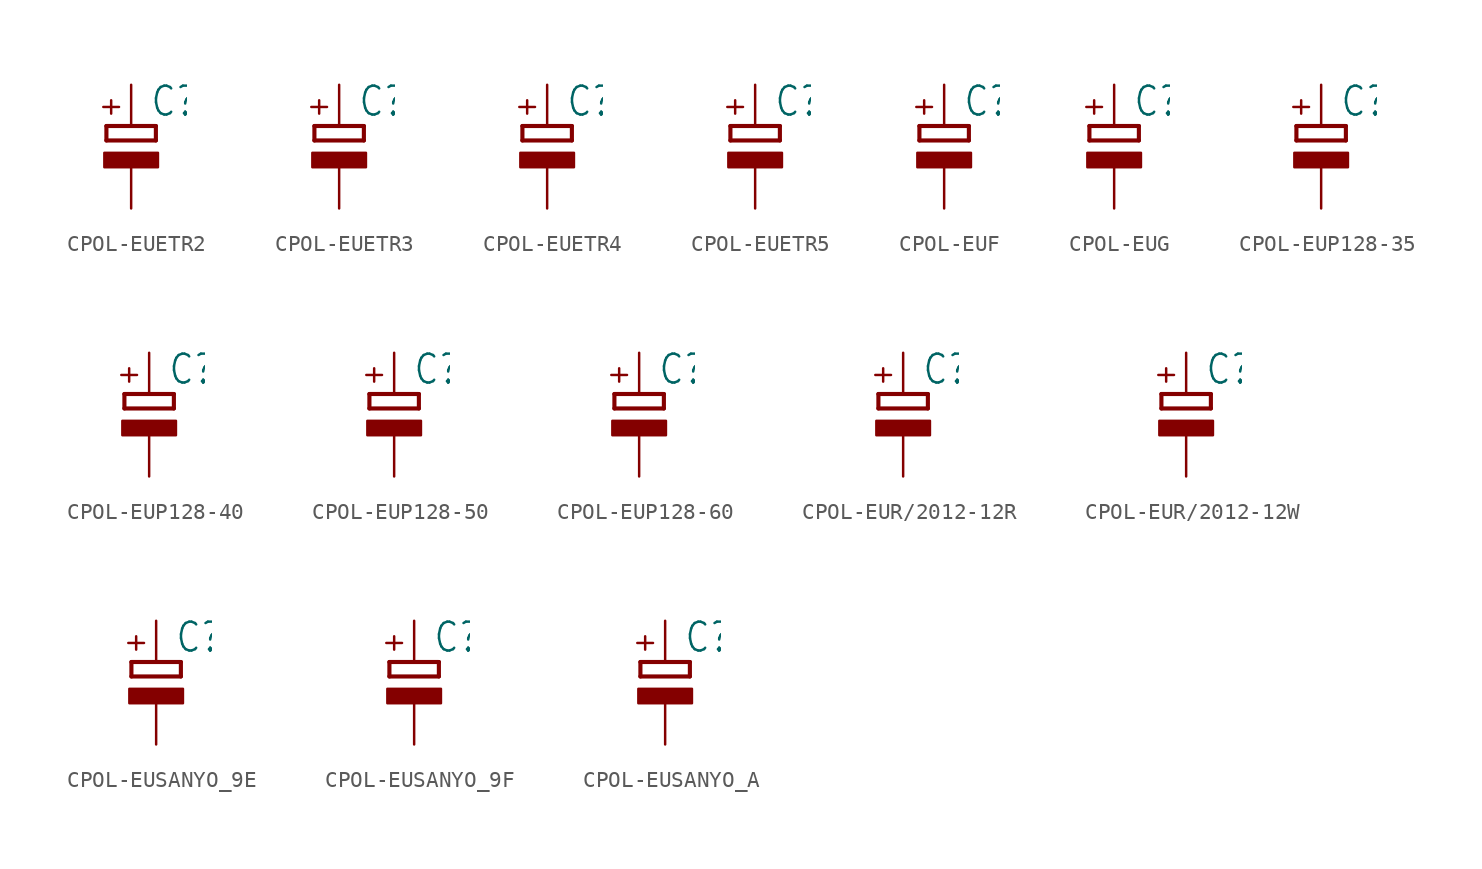
<source format=kicad_sym>
(kicad_symbol_lib
  (version 20231120)
  (generator "kicad_symbol_editor")
  (generator_version "8.0")
  (symbol "CPOL-EUETR2"
    (property "Reference" "C"
      (at 1.143 0.483 0)
      (effects (font (size 1.778 1.511)) (justify left bottom)))
    (property "Value" ""
      (at 1.143 -4.597 0)
      (effects (font (size 1.778 1.511)) (justify left bottom)))
    (property "ki_locked" ""
      (at 0 0 0)
      (effects (font (size 1.27 1.27))))
    (symbol "CPOL-EUETR2_1_0"
      (rectangle (start -1.651 -2.54) (end 1.651 -1.651) (stroke (width 0) (type default)) (fill (type outline)))
      (polyline (pts (xy -1.524 -0.889) (xy 1.524 -0.889)) (stroke (width 0.254) (type solid)) (fill (type none)))
      (polyline (pts (xy -1.524 0) (xy -1.524 -0.889)) (stroke (width 0.254) (type solid)) (fill (type none)))
      (polyline (pts (xy -1.524 0) (xy 1.524 0)) (stroke (width 0.254) (type solid)) (fill (type none)))
      (polyline (pts (xy 1.524 -0.889) (xy 1.524 0)) (stroke (width 0.254) (type solid)) (fill (type none)))
      (text "+" (at -0.584 0.406 900) (effects (font (size 1.27 1.079)) (justify left bottom)))
      (pin passive line (at 0 2.54 270) (length 2.54) (name "+" (effects (font (size 0 0)))) (number "+" (effects (font (size 0 0)))))
      (pin passive line (at 0 -5.08 90) (length 2.54) (name "-" (effects (font (size 0 0)))) (number "-" (effects (font (size 0 0)))))))
  (symbol "CPOL-EUETR3"
    (property "Reference" "C"
      (at 1.143 0.483 0)
      (effects (font (size 1.778 1.511)) (justify left bottom)))
    (property "Value" ""
      (at 1.143 -4.597 0)
      (effects (font (size 1.778 1.511)) (justify left bottom)))
    (property "ki_locked" ""
      (at 0 0 0)
      (effects (font (size 1.27 1.27))))
    (symbol "CPOL-EUETR3_1_0"
      (rectangle (start -1.651 -2.54) (end 1.651 -1.651) (stroke (width 0) (type default)) (fill (type outline)))
      (polyline (pts (xy -1.524 -0.889) (xy 1.524 -0.889)) (stroke (width 0.254) (type solid)) (fill (type none)))
      (polyline (pts (xy -1.524 0) (xy -1.524 -0.889)) (stroke (width 0.254) (type solid)) (fill (type none)))
      (polyline (pts (xy -1.524 0) (xy 1.524 0)) (stroke (width 0.254) (type solid)) (fill (type none)))
      (polyline (pts (xy 1.524 -0.889) (xy 1.524 0)) (stroke (width 0.254) (type solid)) (fill (type none)))
      (text "+" (at -0.584 0.406 900) (effects (font (size 1.27 1.079)) (justify left bottom)))
      (pin passive line (at 0 2.54 270) (length 2.54) (name "+" (effects (font (size 0 0)))) (number "+" (effects (font (size 0 0)))))
      (pin passive line (at 0 -5.08 90) (length 2.54) (name "-" (effects (font (size 0 0)))) (number "-" (effects (font (size 0 0)))))))
  (symbol "CPOL-EUETR4"
    (property "Reference" "C"
      (at 1.143 0.483 0)
      (effects (font (size 1.778 1.511)) (justify left bottom)))
    (property "Value" ""
      (at 1.143 -4.597 0)
      (effects (font (size 1.778 1.511)) (justify left bottom)))
    (property "ki_locked" ""
      (at 0 0 0)
      (effects (font (size 1.27 1.27))))
    (symbol "CPOL-EUETR4_1_0"
      (rectangle (start -1.651 -2.54) (end 1.651 -1.651) (stroke (width 0) (type default)) (fill (type outline)))
      (polyline (pts (xy -1.524 -0.889) (xy 1.524 -0.889)) (stroke (width 0.254) (type solid)) (fill (type none)))
      (polyline (pts (xy -1.524 0) (xy -1.524 -0.889)) (stroke (width 0.254) (type solid)) (fill (type none)))
      (polyline (pts (xy -1.524 0) (xy 1.524 0)) (stroke (width 0.254) (type solid)) (fill (type none)))
      (polyline (pts (xy 1.524 -0.889) (xy 1.524 0)) (stroke (width 0.254) (type solid)) (fill (type none)))
      (text "+" (at -0.584 0.406 900) (effects (font (size 1.27 1.079)) (justify left bottom)))
      (pin passive line (at 0 2.54 270) (length 2.54) (name "+" (effects (font (size 0 0)))) (number "+" (effects (font (size 0 0)))))
      (pin passive line (at 0 -5.08 90) (length 2.54) (name "-" (effects (font (size 0 0)))) (number "-" (effects (font (size 0 0)))))))
  (symbol "CPOL-EUETR5"
    (property "Reference" "C"
      (at 1.143 0.483 0)
      (effects (font (size 1.778 1.511)) (justify left bottom)))
    (property "Value" ""
      (at 1.143 -4.597 0)
      (effects (font (size 1.778 1.511)) (justify left bottom)))
    (property "ki_locked" ""
      (at 0 0 0)
      (effects (font (size 1.27 1.27))))
    (symbol "CPOL-EUETR5_1_0"
      (rectangle (start -1.651 -2.54) (end 1.651 -1.651) (stroke (width 0) (type default)) (fill (type outline)))
      (polyline (pts (xy -1.524 -0.889) (xy 1.524 -0.889)) (stroke (width 0.254) (type solid)) (fill (type none)))
      (polyline (pts (xy -1.524 0) (xy -1.524 -0.889)) (stroke (width 0.254) (type solid)) (fill (type none)))
      (polyline (pts (xy -1.524 0) (xy 1.524 0)) (stroke (width 0.254) (type solid)) (fill (type none)))
      (polyline (pts (xy 1.524 -0.889) (xy 1.524 0)) (stroke (width 0.254) (type solid)) (fill (type none)))
      (text "+" (at -0.584 0.406 900) (effects (font (size 1.27 1.079)) (justify left bottom)))
      (pin passive line (at 0 2.54 270) (length 2.54) (name "+" (effects (font (size 0 0)))) (number "+" (effects (font (size 0 0)))))
      (pin passive line (at 0 -5.08 90) (length 2.54) (name "-" (effects (font (size 0 0)))) (number "-" (effects (font (size 0 0)))))))
  (symbol "CPOL-EUF"
    (property "Reference" "C"
      (at 1.143 0.483 0)
      (effects (font (size 1.778 1.511)) (justify left bottom)))
    (property "Value" ""
      (at 1.143 -4.597 0)
      (effects (font (size 1.778 1.511)) (justify left bottom)))
    (property "ki_locked" ""
      (at 0 0 0)
      (effects (font (size 1.27 1.27))))
    (symbol "CPOL-EUF_1_0"
      (rectangle (start -1.651 -2.54) (end 1.651 -1.651) (stroke (width 0) (type default)) (fill (type outline)))
      (polyline (pts (xy -1.524 -0.889) (xy 1.524 -0.889)) (stroke (width 0.254) (type solid)) (fill (type none)))
      (polyline (pts (xy -1.524 0) (xy -1.524 -0.889)) (stroke (width 0.254) (type solid)) (fill (type none)))
      (polyline (pts (xy -1.524 0) (xy 1.524 0)) (stroke (width 0.254) (type solid)) (fill (type none)))
      (polyline (pts (xy 1.524 -0.889) (xy 1.524 0)) (stroke (width 0.254) (type solid)) (fill (type none)))
      (text "+" (at -0.584 0.406 900) (effects (font (size 1.27 1.079)) (justify left bottom)))
      (pin passive line (at 0 2.54 270) (length 2.54) (name "+" (effects (font (size 0 0)))) (number "+" (effects (font (size 0 0)))))
      (pin passive line (at 0 -5.08 90) (length 2.54) (name "-" (effects (font (size 0 0)))) (number "-" (effects (font (size 0 0)))))))
  (symbol "CPOL-EUG"
    (property "Reference" "C"
      (at 1.143 0.483 0)
      (effects (font (size 1.778 1.511)) (justify left bottom)))
    (property "Value" ""
      (at 1.143 -4.597 0)
      (effects (font (size 1.778 1.511)) (justify left bottom)))
    (property "ki_locked" ""
      (at 0 0 0)
      (effects (font (size 1.27 1.27))))
    (symbol "CPOL-EUG_1_0"
      (rectangle (start -1.651 -2.54) (end 1.651 -1.651) (stroke (width 0) (type default)) (fill (type outline)))
      (polyline (pts (xy -1.524 -0.889) (xy 1.524 -0.889)) (stroke (width 0.254) (type solid)) (fill (type none)))
      (polyline (pts (xy -1.524 0) (xy -1.524 -0.889)) (stroke (width 0.254) (type solid)) (fill (type none)))
      (polyline (pts (xy -1.524 0) (xy 1.524 0)) (stroke (width 0.254) (type solid)) (fill (type none)))
      (polyline (pts (xy 1.524 -0.889) (xy 1.524 0)) (stroke (width 0.254) (type solid)) (fill (type none)))
      (text "+" (at -0.584 0.406 900) (effects (font (size 1.27 1.079)) (justify left bottom)))
      (pin passive line (at 0 2.54 270) (length 2.54) (name "+" (effects (font (size 0 0)))) (number "+" (effects (font (size 0 0)))))
      (pin passive line (at 0 -5.08 90) (length 2.54) (name "-" (effects (font (size 0 0)))) (number "-" (effects (font (size 0 0)))))))
  (symbol "CPOL-EUP128-35"
    (property "Reference" "C"
      (at 1.143 0.483 0)
      (effects (font (size 1.778 1.511)) (justify left bottom)))
    (property "Value" ""
      (at 1.143 -4.597 0)
      (effects (font (size 1.778 1.511)) (justify left bottom)))
    (property "ki_locked" ""
      (at 0 0 0)
      (effects (font (size 1.27 1.27))))
    (symbol "CPOL-EUP128-35_1_0"
      (rectangle (start -1.651 -2.54) (end 1.651 -1.651) (stroke (width 0) (type default)) (fill (type outline)))
      (polyline (pts (xy -1.524 -0.889) (xy 1.524 -0.889)) (stroke (width 0.254) (type solid)) (fill (type none)))
      (polyline (pts (xy -1.524 0) (xy -1.524 -0.889)) (stroke (width 0.254) (type solid)) (fill (type none)))
      (polyline (pts (xy -1.524 0) (xy 1.524 0)) (stroke (width 0.254) (type solid)) (fill (type none)))
      (polyline (pts (xy 1.524 -0.889) (xy 1.524 0)) (stroke (width 0.254) (type solid)) (fill (type none)))
      (text "+" (at -0.584 0.406 900) (effects (font (size 1.27 1.079)) (justify left bottom)))
      (pin passive line (at 0 2.54 270) (length 2.54) (name "+" (effects (font (size 0 0)))) (number "+" (effects (font (size 0 0)))))
      (pin passive line (at 0 -5.08 90) (length 2.54) (name "-" (effects (font (size 0 0)))) (number "-" (effects (font (size 0 0)))))))
  (symbol "CPOL-EUP128-40"
    (property "Reference" "C"
      (at 1.143 0.483 0)
      (effects (font (size 1.778 1.511)) (justify left bottom)))
    (property "Value" ""
      (at 1.143 -4.597 0)
      (effects (font (size 1.778 1.511)) (justify left bottom)))
    (property "ki_locked" ""
      (at 0 0 0)
      (effects (font (size 1.27 1.27))))
    (symbol "CPOL-EUP128-40_1_0"
      (rectangle (start -1.651 -2.54) (end 1.651 -1.651) (stroke (width 0) (type default)) (fill (type outline)))
      (polyline (pts (xy -1.524 -0.889) (xy 1.524 -0.889)) (stroke (width 0.254) (type solid)) (fill (type none)))
      (polyline (pts (xy -1.524 0) (xy -1.524 -0.889)) (stroke (width 0.254) (type solid)) (fill (type none)))
      (polyline (pts (xy -1.524 0) (xy 1.524 0)) (stroke (width 0.254) (type solid)) (fill (type none)))
      (polyline (pts (xy 1.524 -0.889) (xy 1.524 0)) (stroke (width 0.254) (type solid)) (fill (type none)))
      (text "+" (at -0.584 0.406 900) (effects (font (size 1.27 1.079)) (justify left bottom)))
      (pin passive line (at 0 2.54 270) (length 2.54) (name "+" (effects (font (size 0 0)))) (number "+" (effects (font (size 0 0)))))
      (pin passive line (at 0 -5.08 90) (length 2.54) (name "-" (effects (font (size 0 0)))) (number "-" (effects (font (size 0 0)))))))
  (symbol "CPOL-EUP128-50"
    (property "Reference" "C"
      (at 1.143 0.483 0)
      (effects (font (size 1.778 1.511)) (justify left bottom)))
    (property "Value" ""
      (at 1.143 -4.597 0)
      (effects (font (size 1.778 1.511)) (justify left bottom)))
    (property "ki_locked" ""
      (at 0 0 0)
      (effects (font (size 1.27 1.27))))
    (symbol "CPOL-EUP128-50_1_0"
      (rectangle (start -1.651 -2.54) (end 1.651 -1.651) (stroke (width 0) (type default)) (fill (type outline)))
      (polyline (pts (xy -1.524 -0.889) (xy 1.524 -0.889)) (stroke (width 0.254) (type solid)) (fill (type none)))
      (polyline (pts (xy -1.524 0) (xy -1.524 -0.889)) (stroke (width 0.254) (type solid)) (fill (type none)))
      (polyline (pts (xy -1.524 0) (xy 1.524 0)) (stroke (width 0.254) (type solid)) (fill (type none)))
      (polyline (pts (xy 1.524 -0.889) (xy 1.524 0)) (stroke (width 0.254) (type solid)) (fill (type none)))
      (text "+" (at -0.584 0.406 900) (effects (font (size 1.27 1.079)) (justify left bottom)))
      (pin passive line (at 0 2.54 270) (length 2.54) (name "+" (effects (font (size 0 0)))) (number "+" (effects (font (size 0 0)))))
      (pin passive line (at 0 -5.08 90) (length 2.54) (name "-" (effects (font (size 0 0)))) (number "-" (effects (font (size 0 0)))))))
  (symbol "CPOL-EUP128-60"
    (property "Reference" "C"
      (at 1.143 0.483 0)
      (effects (font (size 1.778 1.511)) (justify left bottom)))
    (property "Value" ""
      (at 1.143 -4.597 0)
      (effects (font (size 1.778 1.511)) (justify left bottom)))
    (property "ki_locked" ""
      (at 0 0 0)
      (effects (font (size 1.27 1.27))))
    (symbol "CPOL-EUP128-60_1_0"
      (rectangle (start -1.651 -2.54) (end 1.651 -1.651) (stroke (width 0) (type default)) (fill (type outline)))
      (polyline (pts (xy -1.524 -0.889) (xy 1.524 -0.889)) (stroke (width 0.254) (type solid)) (fill (type none)))
      (polyline (pts (xy -1.524 0) (xy -1.524 -0.889)) (stroke (width 0.254) (type solid)) (fill (type none)))
      (polyline (pts (xy -1.524 0) (xy 1.524 0)) (stroke (width 0.254) (type solid)) (fill (type none)))
      (polyline (pts (xy 1.524 -0.889) (xy 1.524 0)) (stroke (width 0.254) (type solid)) (fill (type none)))
      (text "+" (at -0.584 0.406 900) (effects (font (size 1.27 1.079)) (justify left bottom)))
      (pin passive line (at 0 2.54 270) (length 2.54) (name "+" (effects (font (size 0 0)))) (number "+" (effects (font (size 0 0)))))
      (pin passive line (at 0 -5.08 90) (length 2.54) (name "-" (effects (font (size 0 0)))) (number "-" (effects (font (size 0 0)))))))
  (symbol "CPOL-EUR/2012-12R"
    (property "Reference" "C"
      (at 1.143 0.483 0)
      (effects (font (size 1.778 1.511)) (justify left bottom)))
    (property "Value" ""
      (at 1.143 -4.597 0)
      (effects (font (size 1.778 1.511)) (justify left bottom)))
    (property "ki_locked" ""
      (at 0 0 0)
      (effects (font (size 1.27 1.27))))
    (symbol "CPOL-EUR/2012-12R_1_0"
      (rectangle (start -1.651 -2.54) (end 1.651 -1.651) (stroke (width 0) (type default)) (fill (type outline)))
      (polyline (pts (xy -1.524 -0.889) (xy 1.524 -0.889)) (stroke (width 0.254) (type solid)) (fill (type none)))
      (polyline (pts (xy -1.524 0) (xy -1.524 -0.889)) (stroke (width 0.254) (type solid)) (fill (type none)))
      (polyline (pts (xy -1.524 0) (xy 1.524 0)) (stroke (width 0.254) (type solid)) (fill (type none)))
      (polyline (pts (xy 1.524 -0.889) (xy 1.524 0)) (stroke (width 0.254) (type solid)) (fill (type none)))
      (text "+" (at -0.584 0.406 900) (effects (font (size 1.27 1.079)) (justify left bottom)))
      (pin passive line (at 0 2.54 270) (length 2.54) (name "+" (effects (font (size 0 0)))) (number "+" (effects (font (size 0 0)))))
      (pin passive line (at 0 -5.08 90) (length 2.54) (name "-" (effects (font (size 0 0)))) (number "-" (effects (font (size 0 0)))))))
  (symbol "CPOL-EUR/2012-12W"
    (property "Reference" "C"
      (at 1.143 0.483 0)
      (effects (font (size 1.778 1.511)) (justify left bottom)))
    (property "Value" ""
      (at 1.143 -4.597 0)
      (effects (font (size 1.778 1.511)) (justify left bottom)))
    (property "ki_locked" ""
      (at 0 0 0)
      (effects (font (size 1.27 1.27))))
    (symbol "CPOL-EUR/2012-12W_1_0"
      (rectangle (start -1.651 -2.54) (end 1.651 -1.651) (stroke (width 0) (type default)) (fill (type outline)))
      (polyline (pts (xy -1.524 -0.889) (xy 1.524 -0.889)) (stroke (width 0.254) (type solid)) (fill (type none)))
      (polyline (pts (xy -1.524 0) (xy -1.524 -0.889)) (stroke (width 0.254) (type solid)) (fill (type none)))
      (polyline (pts (xy -1.524 0) (xy 1.524 0)) (stroke (width 0.254) (type solid)) (fill (type none)))
      (polyline (pts (xy 1.524 -0.889) (xy 1.524 0)) (stroke (width 0.254) (type solid)) (fill (type none)))
      (text "+" (at -0.584 0.406 900) (effects (font (size 1.27 1.079)) (justify left bottom)))
      (pin passive line (at 0 2.54 270) (length 2.54) (name "+" (effects (font (size 0 0)))) (number "+" (effects (font (size 0 0)))))
      (pin passive line (at 0 -5.08 90) (length 2.54) (name "-" (effects (font (size 0 0)))) (number "-" (effects (font (size 0 0)))))))
  (symbol "CPOL-EUSANYO_9E"
    (property "Reference" "C"
      (at 1.143 0.483 0)
      (effects (font (size 1.778 1.511)) (justify left bottom)))
    (property "Value" ""
      (at 1.143 -4.597 0)
      (effects (font (size 1.778 1.511)) (justify left bottom)))
    (property "ki_locked" ""
      (at 0 0 0)
      (effects (font (size 1.27 1.27))))
    (symbol "CPOL-EUSANYO_9E_1_0"
      (rectangle (start -1.651 -2.54) (end 1.651 -1.651) (stroke (width 0) (type default)) (fill (type outline)))
      (polyline (pts (xy -1.524 -0.889) (xy 1.524 -0.889)) (stroke (width 0.254) (type solid)) (fill (type none)))
      (polyline (pts (xy -1.524 0) (xy -1.524 -0.889)) (stroke (width 0.254) (type solid)) (fill (type none)))
      (polyline (pts (xy -1.524 0) (xy 1.524 0)) (stroke (width 0.254) (type solid)) (fill (type none)))
      (polyline (pts (xy 1.524 -0.889) (xy 1.524 0)) (stroke (width 0.254) (type solid)) (fill (type none)))
      (text "+" (at -0.584 0.406 900) (effects (font (size 1.27 1.079)) (justify left bottom)))
      (pin passive line (at 0 2.54 270) (length 2.54) (name "+" (effects (font (size 0 0)))) (number "+" (effects (font (size 0 0)))))
      (pin passive line (at 0 -5.08 90) (length 2.54) (name "-" (effects (font (size 0 0)))) (number "-" (effects (font (size 0 0)))))))
  (symbol "CPOL-EUSANYO_9F"
    (property "Reference" "C"
      (at 1.143 0.483 0)
      (effects (font (size 1.778 1.511)) (justify left bottom)))
    (property "Value" ""
      (at 1.143 -4.597 0)
      (effects (font (size 1.778 1.511)) (justify left bottom)))
    (property "ki_locked" ""
      (at 0 0 0)
      (effects (font (size 1.27 1.27))))
    (symbol "CPOL-EUSANYO_9F_1_0"
      (rectangle (start -1.651 -2.54) (end 1.651 -1.651) (stroke (width 0) (type default)) (fill (type outline)))
      (polyline (pts (xy -1.524 -0.889) (xy 1.524 -0.889)) (stroke (width 0.254) (type solid)) (fill (type none)))
      (polyline (pts (xy -1.524 0) (xy -1.524 -0.889)) (stroke (width 0.254) (type solid)) (fill (type none)))
      (polyline (pts (xy -1.524 0) (xy 1.524 0)) (stroke (width 0.254) (type solid)) (fill (type none)))
      (polyline (pts (xy 1.524 -0.889) (xy 1.524 0)) (stroke (width 0.254) (type solid)) (fill (type none)))
      (text "+" (at -0.584 0.406 900) (effects (font (size 1.27 1.079)) (justify left bottom)))
      (pin passive line (at 0 2.54 270) (length 2.54) (name "+" (effects (font (size 0 0)))) (number "+" (effects (font (size 0 0)))))
      (pin passive line (at 0 -5.08 90) (length 2.54) (name "-" (effects (font (size 0 0)))) (number "-" (effects (font (size 0 0)))))))
  (symbol "CPOL-EUSANYO_A"
    (property "Reference" "C"
      (at 1.143 0.483 0)
      (effects (font (size 1.778 1.511)) (justify left bottom)))
    (property "Value" ""
      (at 1.143 -4.597 0)
      (effects (font (size 1.778 1.511)) (justify left bottom)))
    (property "ki_locked" ""
      (at 0 0 0)
      (effects (font (size 1.27 1.27))))
    (symbol "CPOL-EUSANYO_A_1_0"
      (rectangle (start -1.651 -2.54) (end 1.651 -1.651) (stroke (width 0) (type default)) (fill (type outline)))
      (polyline (pts (xy -1.524 -0.889) (xy 1.524 -0.889)) (stroke (width 0.254) (type solid)) (fill (type none)))
      (polyline (pts (xy -1.524 0) (xy -1.524 -0.889)) (stroke (width 0.254) (type solid)) (fill (type none)))
      (polyline (pts (xy -1.524 0) (xy 1.524 0)) (stroke (width 0.254) (type solid)) (fill (type none)))
      (polyline (pts (xy 1.524 -0.889) (xy 1.524 0)) (stroke (width 0.254) (type solid)) (fill (type none)))
      (text "+" (at -0.584 0.406 900) (effects (font (size 1.27 1.079)) (justify left bottom)))
      (pin passive line (at 0 2.54 270) (length 2.54) (name "+" (effects (font (size 0 0)))) (number "+" (effects (font (size 0 0)))))
      (pin passive line (at 0 -5.08 90) (length 2.54) (name "-" (effects (font (size 0 0)))) (number "-" (effects (font (size 0 0))))))))
</source>
